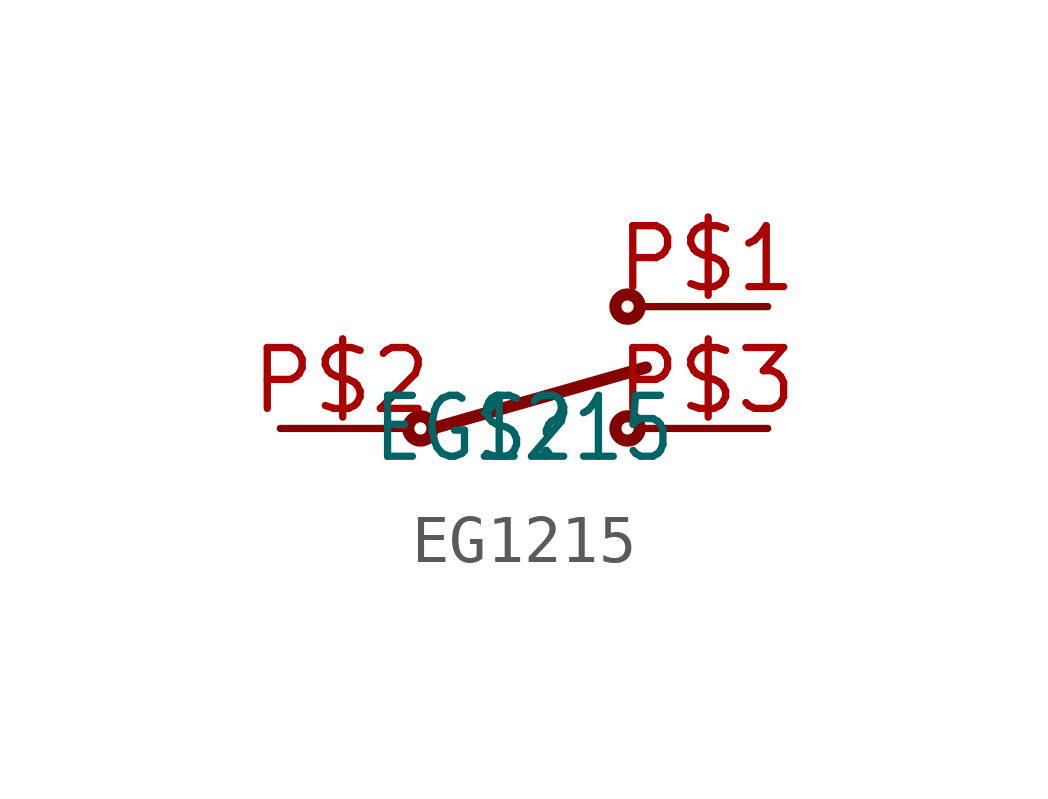
<source format=kicad_sym>
(kicad_symbol_lib
  (version 20211014)
  (generator kicad_symbol_editor)
  (symbol "EG1215"
    (pin_names
      (offset 1.016) hide)
    (property "Reference" "S"
      (at 0 0 0)
      (effects (font (size 1.27 1.086))))
    (property "Value" "EG1215"
      (at 0 0 0)
      (effects (font (size 1.27 1.086))))
    (symbol "EG1215_0_0")
    (symbol "EG1215_0_1"
      (polyline (pts (xy -1.905 0.0) (xy 2.54 1.27)) (stroke (width 0.254) (type default) (color 0 0 0 0)))
      (circle (center -2.159 0) (radius 0.254) (stroke (width 0.254) (type default) (color 0 0 0 0)))
      (circle (center 2.159 2.54) (radius 0.254) (stroke (width 0.254) (type default) (color 0 0 0 0)))
      (circle (center 2.159 0) (radius 0.254) (stroke (width 0.254) (type default) (color 0 0 0 0))))
    (symbol "EG1215_1_1"
      (pin bidirectional line (at -5.08 0 0) (length 2.54) (name "P$1" (effects (font (size 1.27 1.086)))) (number "P$2" (effects (font (size 1.27 1.086)))))
      (pin bidirectional line (at 5.08 2.54 180) (length 2.54) (name "P$2" (effects (font (size 1.27 1.086)))) (number "P$1" (effects (font (size 1.27 1.086)))))
      (pin bidirectional line (at 5.08 0 180) (length 2.54) (name "P$3" (effects (font (size 1.27 1.086)))) (number "P$3" (effects (font (size 1.27 1.086))))))))
</source>
